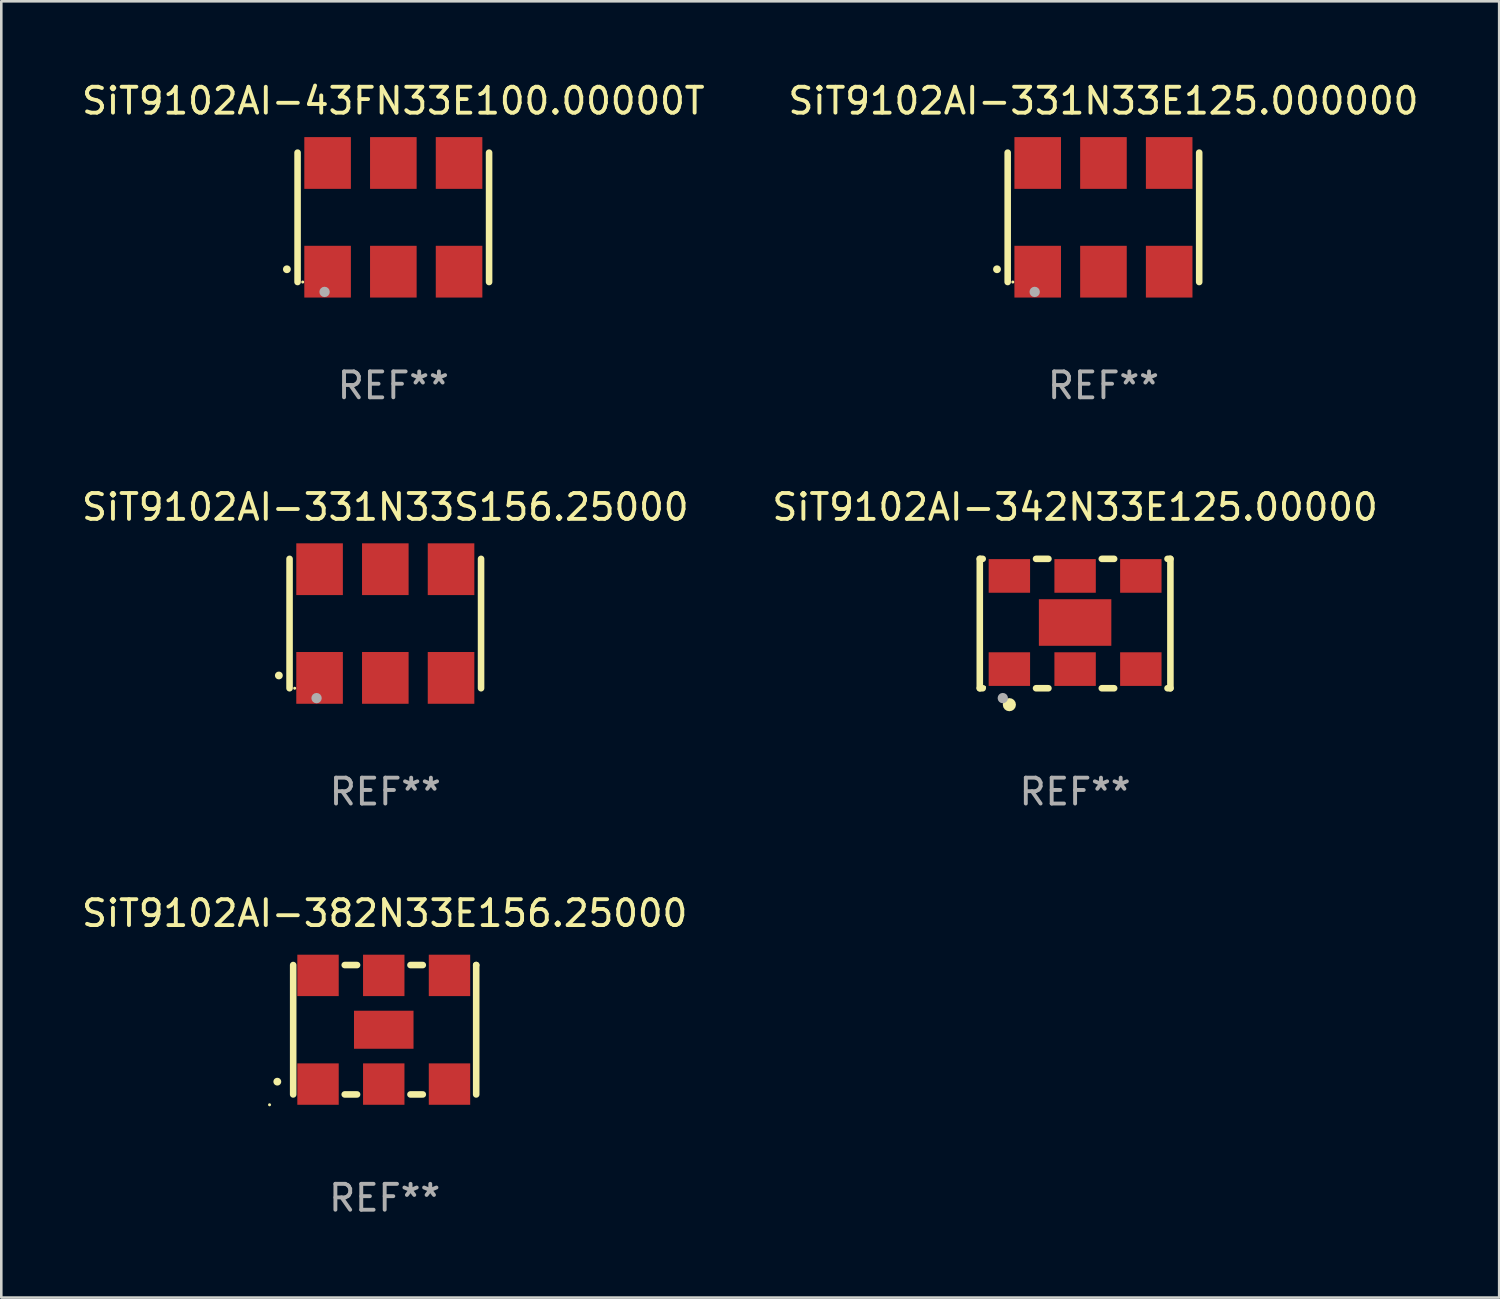
<source format=kicad_pcb>
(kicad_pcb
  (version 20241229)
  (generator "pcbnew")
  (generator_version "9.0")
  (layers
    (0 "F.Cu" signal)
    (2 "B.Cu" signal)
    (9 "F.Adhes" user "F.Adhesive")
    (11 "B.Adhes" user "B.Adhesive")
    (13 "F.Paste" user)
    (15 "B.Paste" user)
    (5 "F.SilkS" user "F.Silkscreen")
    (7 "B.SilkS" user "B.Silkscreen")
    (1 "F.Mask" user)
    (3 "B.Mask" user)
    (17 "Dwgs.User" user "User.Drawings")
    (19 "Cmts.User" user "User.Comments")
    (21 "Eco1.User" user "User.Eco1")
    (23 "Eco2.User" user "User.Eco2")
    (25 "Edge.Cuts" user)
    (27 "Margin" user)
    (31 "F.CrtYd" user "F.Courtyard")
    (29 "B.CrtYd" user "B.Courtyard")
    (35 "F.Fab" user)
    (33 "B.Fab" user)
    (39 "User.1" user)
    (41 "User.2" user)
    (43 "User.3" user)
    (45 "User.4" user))
  (footprint "SiT9102AI-331N33S156.25000"
    (layer "F.Cu")
    (at 11.839 21.045)
    (property "Reference" "SiT9102AI-331N33S156.25000" (at 0 -4.5 0) (layer "F.SilkS") (effects (font (size 1 1) (thickness 0.15))))
    (attr through_hole)
    (fp_line (start -3.7 -2.5) (end -3.7 2.5) (stroke (width 0.254) (type solid)) (layer "F.SilkS"))
    (fp_line (start 3.7 -2.5) (end 3.7 2.5) (stroke (width 0.254) (type solid)) (layer "F.SilkS"))
    (fp_arc (start -4.114415 2.006604) (mid -4.113145 2.006599) (end -4.111875 2.006604) (stroke (width 0.3) (type solid)) (layer "F.SilkS"))
    (fp_circle (center -3.502 2.5) (end -3.472 2.5) (stroke (width 0.06) (type solid)) (fill no) (layer "F.SilkS"))
    (fp_circle (center -2.657 2.882) (end -2.557 2.882) (stroke (width 0.2) (type solid)) (fill no) (layer "F.Fab"))
    (fp_text user "REF**" (at 0 6.5 0) (layer "F.Fab") (effects (font (size 1 1) (thickness 0.15))))
    (pad "1" smd rect (at -2.54 2.1) (size 1.8 2) (layers "F.Cu" "F.Mask" "F.Paste"))
    (pad "2" smd rect (at 0.000394 2.1) (size 1.8 2) (layers "F.Cu" "F.Mask" "F.Paste"))
    (pad "3" smd rect (at 2.54 2.1) (size 1.8 2) (layers "F.Cu" "F.Mask" "F.Paste"))
    (pad "4" smd rect (at 2.54 -2.1) (size 1.8 2) (layers "F.Cu" "F.Mask" "F.Paste"))
    (pad "5" smd rect (at 0.000394 -2.1) (size 1.8 2) (layers "F.Cu" "F.Mask" "F.Paste"))
    (pad "6" smd rect (at -2.54 -2.1) (size 1.8 2) (layers "F.Cu" "F.Mask" "F.Paste")))
  (footprint "SiT9102AI-331N33E125.000000"
    (layer "F.Cu")
    (at 39.589 5.348)
    (property "Reference" "SiT9102AI-331N33E125.000000" (at 0 -4.5 0) (layer "F.SilkS") (effects (font (size 1 1) (thickness 0.15))))
    (attr through_hole)
    (fp_line (start -3.7 -2.5) (end -3.7 2.5) (stroke (width 0.254) (type solid)) (layer "F.SilkS"))
    (fp_line (start 3.7 -2.5) (end 3.7 2.5) (stroke (width 0.254) (type solid)) (layer "F.SilkS"))
    (fp_arc (start -4.114415 2.006604) (mid -4.113145 2.006599) (end -4.111875 2.006604) (stroke (width 0.3) (type solid)) (layer "F.SilkS"))
    (fp_circle (center -3.502 2.5) (end -3.472 2.5) (stroke (width 0.06) (type solid)) (fill no) (layer "F.SilkS"))
    (fp_circle (center -2.657 2.882) (end -2.557 2.882) (stroke (width 0.2) (type solid)) (fill no) (layer "F.Fab"))
    (fp_text user "REF**" (at 0 6.5 0) (layer "F.Fab") (effects (font (size 1 1) (thickness 0.15))))
    (pad "1" smd rect (at -2.54 2.1) (size 1.8 2) (layers "F.Cu" "F.Mask" "F.Paste"))
    (pad "2" smd rect (at 0.000394 2.1) (size 1.8 2) (layers "F.Cu" "F.Mask" "F.Paste"))
    (pad "3" smd rect (at 2.54 2.1) (size 1.8 2) (layers "F.Cu" "F.Mask" "F.Paste"))
    (pad "4" smd rect (at 2.54 -2.1) (size 1.8 2) (layers "F.Cu" "F.Mask" "F.Paste"))
    (pad "5" smd rect (at 0.000394 -2.1) (size 1.8 2) (layers "F.Cu" "F.Mask" "F.Paste"))
    (pad "6" smd rect (at -2.54 -2.1) (size 1.8 2) (layers "F.Cu" "F.Mask" "F.Paste")))
  (footprint "SiT9102AI-342N33E125.00000"
    (layer "F.Cu")
    (at 38.494 21.045)
    (property "Reference" "SiT9102AI-342N33E125.00000" (at 0 -4.5 0) (layer "F.SilkS") (effects (font (size 1 1) (thickness 0.15))))
    (attr through_hole)
    (fp_line (start -3.683 -2.5) (end -3.571 -2.5) (stroke (width 0.254) (type solid)) (layer "F.SilkS"))
    (fp_line (start -3.683 2.5) (end -3.683 -2.5) (stroke (width 0.254) (type solid)) (layer "F.SilkS"))
    (fp_line (start -3.683 2.5) (end -3.571 2.5) (stroke (width 0.254) (type solid)) (layer "F.SilkS"))
    (fp_line (start -1.509 -2.5) (end -1.031 -2.5) (stroke (width 0.254) (type solid)) (layer "F.SilkS"))
    (fp_line (start -1.509 2.5) (end -1.031 2.5) (stroke (width 0.254) (type solid)) (layer "F.SilkS"))
    (fp_line (start 1.031 -2.5) (end 1.509 -2.5) (stroke (width 0.254) (type solid)) (layer "F.SilkS"))
    (fp_line (start 1.031 2.5) (end 1.509 2.5) (stroke (width 0.254) (type solid)) (layer "F.SilkS"))
    (fp_line (start 3.571 -2.5) (end 3.683 -2.5) (stroke (width 0.254) (type solid)) (layer "F.SilkS"))
    (fp_line (start 3.571 2.5) (end 3.683 2.5) (stroke (width 0.254) (type solid)) (layer "F.SilkS"))
    (fp_line (start 3.683 2.5) (end 3.683 -2.5) (stroke (width 0.254) (type solid)) (layer "F.SilkS"))
    (fp_circle (center -3.5 2.46) (end -3.47 2.46) (stroke (width 0.06) (type solid)) (fill no) (layer "F.SilkS"))
    (fp_circle (center -2.54 3.135) (end -2.413 3.135) (stroke (width 0.254) (type solid)) (fill no) (layer "F.SilkS"))
    (fp_circle (center -2.794 2.881) (end -2.694 2.881) (stroke (width 0.2) (type solid)) (fill no) (layer "F.Fab"))
    (fp_text user "REF**" (at 0 6.5 0) (layer "F.Fab") (effects (font (size 1 1) (thickness 0.15))))
    (pad "1" smd rect (at -2.54 1.76) (size 1.6 1.3) (layers "F.Cu" "F.Mask" "F.Paste"))
    (pad "2" smd rect (at 0 1.76) (size 1.6 1.3) (layers "F.Cu" "F.Mask" "F.Paste"))
    (pad "3" smd rect (at 2.54 1.76) (size 1.6 1.3) (layers "F.Cu" "F.Mask" "F.Paste"))
    (pad "4" smd rect (at 2.54 -1.84) (size 1.6 1.3) (layers "F.Cu" "F.Mask" "F.Paste"))
    (pad "5" smd rect (at 0 -1.84) (size 1.6 1.3) (layers "F.Cu" "F.Mask" "F.Paste"))
    (pad "6" smd rect (at -2.54 -1.84) (size 1.6 1.3) (layers "F.Cu" "F.Mask" "F.Paste"))
    (pad "7" smd rect (at 0 -0.04) (size 2.8 1.8) (layers "F.Cu" "F.Mask" "F.Paste")))
  (footprint "SiT9102AI-43FN33E100.00000T"
    (layer "F.Cu")
    (at 12.149 5.348)
    (property "Reference" "SiT9102AI-43FN33E100.00000T" (at 0 -4.5 0) (layer "F.SilkS") (effects (font (size 1 1) (thickness 0.15))))
    (attr through_hole)
    (fp_line (start -3.7 -2.5) (end -3.7 2.5) (stroke (width 0.254) (type solid)) (layer "F.SilkS"))
    (fp_line (start 3.7 -2.5) (end 3.7 2.5) (stroke (width 0.254) (type solid)) (layer "F.SilkS"))
    (fp_arc (start -4.114415 2.006604) (mid -4.113145 2.006599) (end -4.111875 2.006604) (stroke (width 0.3) (type solid)) (layer "F.SilkS"))
    (fp_circle (center -3.502 2.5) (end -3.472 2.5) (stroke (width 0.06) (type solid)) (fill no) (layer "F.SilkS"))
    (fp_circle (center -2.657 2.882) (end -2.557 2.882) (stroke (width 0.2) (type solid)) (fill no) (layer "F.Fab"))
    (fp_text user "REF**" (at 0 6.5 0) (layer "F.Fab") (effects (font (size 1 1) (thickness 0.15))))
    (pad "1" smd rect (at -2.54 2.1) (size 1.8 2) (layers "F.Cu" "F.Mask" "F.Paste"))
    (pad "2" smd rect (at 0.000394 2.1) (size 1.8 2) (layers "F.Cu" "F.Mask" "F.Paste"))
    (pad "3" smd rect (at 2.54 2.1) (size 1.8 2) (layers "F.Cu" "F.Mask" "F.Paste"))
    (pad "4" smd rect (at 2.54 -2.1) (size 1.8 2) (layers "F.Cu" "F.Mask" "F.Paste"))
    (pad "5" smd rect (at 0.000394 -2.1) (size 1.8 2) (layers "F.Cu" "F.Mask" "F.Paste"))
    (pad "6" smd rect (at -2.54 -2.1) (size 1.8 2) (layers "F.Cu" "F.Mask" "F.Paste")))
  (footprint "SiT9102AI-382N33E156.25000"
    (layer "F.Cu")
    (at 11.815 36.741)
    (property "Reference" "SiT9102AI-382N33E156.25000" (at 0 -4.5 0) (layer "F.SilkS") (effects (font (size 1 1) (thickness 0.15))))
    (attr through_hole)
    (fp_line (start -3.536 -2.5) (end -3.536 2.5) (stroke (width 0.254) (type solid)) (layer "F.SilkS"))
    (fp_line (start -1.544 2.5) (end -1.067 2.5) (stroke (width 0.254) (type solid)) (layer "F.SilkS"))
    (fp_line (start -1.067 -2.5) (end -1.544 -2.5) (stroke (width 0.254) (type solid)) (layer "F.SilkS"))
    (fp_line (start 0.996 2.5) (end 1.473 2.5) (stroke (width 0.254) (type solid)) (layer "F.SilkS"))
    (fp_line (start 1.473 -2.5) (end 0.996 -2.5) (stroke (width 0.254) (type solid)) (layer "F.SilkS"))
    (fp_line (start 3.536 -2.5) (end 3.536 -2.5) (stroke (width 0.254) (type solid)) (layer "F.SilkS"))
    (fp_line (start 3.536 2.5) (end 3.536 -2.5) (stroke (width 0.254) (type solid)) (layer "F.SilkS"))
    (fp_arc (start -4.150432 2.006604) (mid -4.149162 2.006599) (end -4.147892 2.006604) (stroke (width 0.3) (type solid)) (layer "F.SilkS"))
    (fp_circle (center -4.449 2.9) (end -4.419 2.9) (stroke (width 0.06) (type solid)) (fill no) (layer "F.SilkS"))
    (fp_text user "REF**" (at 0 6.5 0) (layer "F.Fab") (effects (font (size 1 1) (thickness 0.15))))
    (pad "1" smd rect (at -2.576 2.1) (size 1.6 1.6) (layers "F.Cu" "F.Mask" "F.Paste"))
    (pad "2" smd rect (at -0.036 2.1) (size 1.6 1.6) (layers "F.Cu" "F.Mask" "F.Paste"))
    (pad "3" smd rect (at 2.504 2.1) (size 1.6 1.6) (layers "F.Cu" "F.Mask" "F.Paste"))
    (pad "4" smd rect (at 2.504 -2.1) (size 1.6 1.6) (layers "F.Cu" "F.Mask" "F.Paste"))
    (pad "5" smd rect (at -0.036 -2.1) (size 1.6 1.6) (layers "F.Cu" "F.Mask" "F.Paste"))
    (pad "6" smd rect (at -2.576 -2.1) (size 1.6 1.6) (layers "F.Cu" "F.Mask" "F.Paste"))
    (pad "7" smd rect (at -0.036 0) (size 2.3 1.47) (layers "F.Cu" "F.Mask" "F.Paste")))
  (gr_rect
    (start -3 -3)
    (end 54.881 47.09)
    (stroke (width 0.1) (type default))
    (fill no)
    (layer "Edge.Cuts")))
</source>
